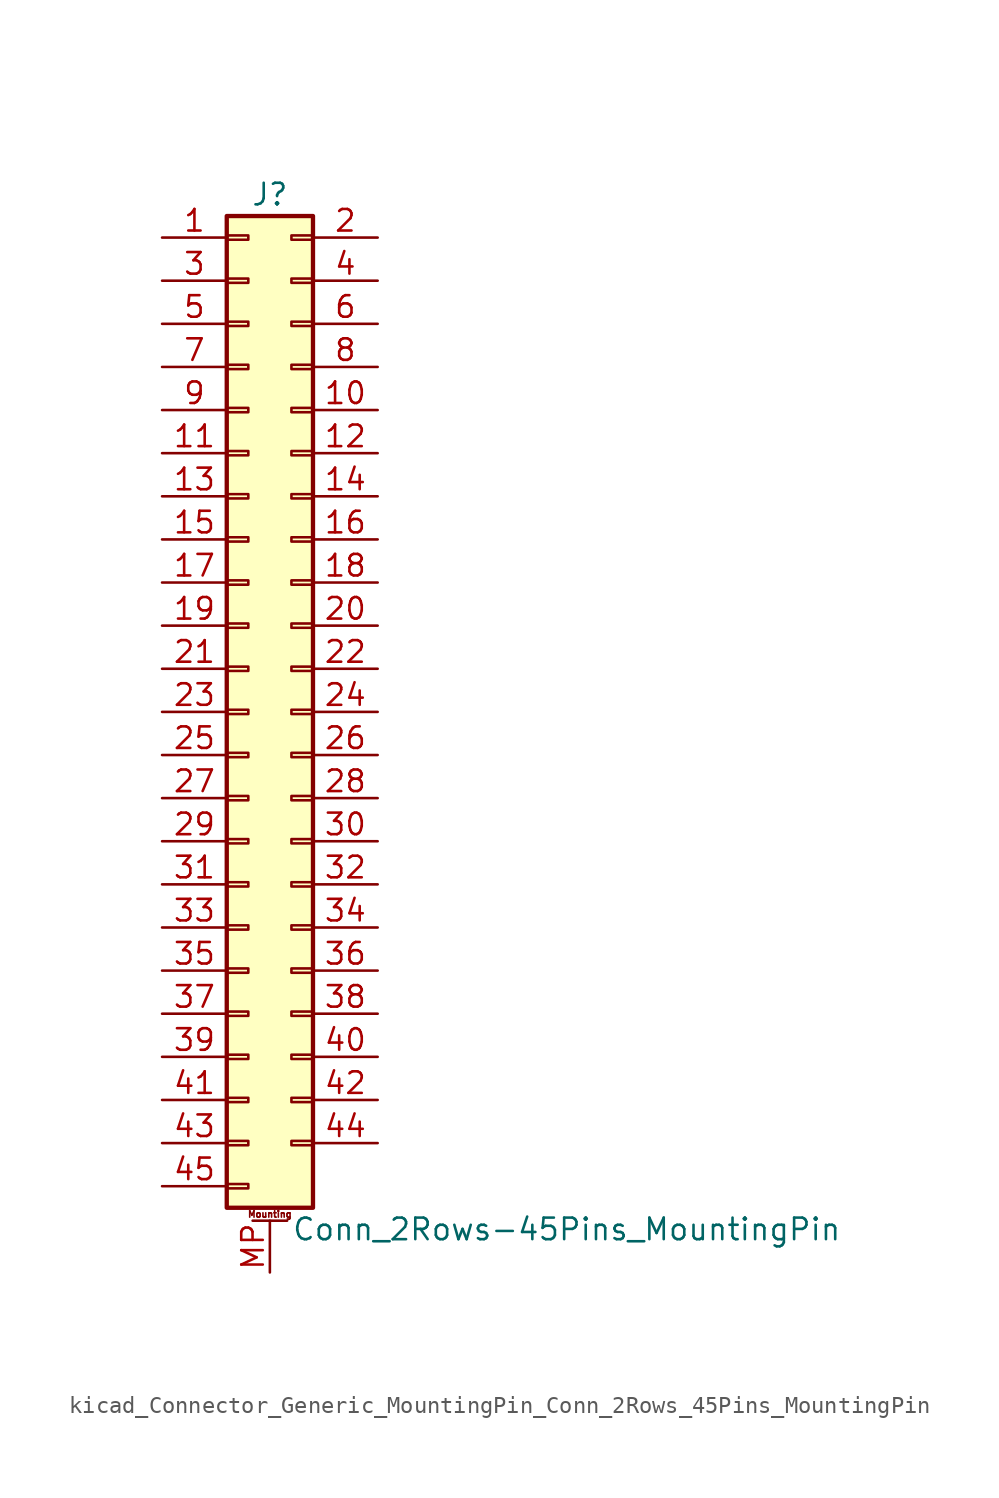
<source format=kicad_sym>
(kicad_symbol_lib
  (version 20220914)
  (generator kicad_symbol_editor)
  (symbol "kicad_Connector_Generic_MountingPin_Conn_2Rows_45Pins_MountingPin"
    (pin_names
      (offset 1.016) hide)
    (property "Reference" "J"
      (at 1.27 30.48 0)
      (effects (font (size 1.27 1.27))))
    (property "Value" "Conn_2Rows-45Pins_MountingPin"
      (at 2.54 -30.48 0)
      (effects (font (size 1.27 1.27)) (justify left)))
    (symbol "kicad_Connector_Generic_MountingPin_Conn_2Rows_45Pins_MountingPin_1_1"
      (rectangle (start -1.27 -27.813) (end 0 -28.067) (stroke (width 0.152) (type default)) (fill (type none)))
      (rectangle (start -1.27 -25.273) (end 0 -25.527) (stroke (width 0.152) (type default)) (fill (type none)))
      (rectangle (start -1.27 -22.733) (end 0 -22.987) (stroke (width 0.152) (type default)) (fill (type none)))
      (rectangle (start -1.27 -20.193) (end 0 -20.447) (stroke (width 0.152) (type default)) (fill (type none)))
      (rectangle (start -1.27 -17.653) (end 0 -17.907) (stroke (width 0.152) (type default)) (fill (type none)))
      (rectangle (start -1.27 -15.113) (end 0 -15.367) (stroke (width 0.152) (type default)) (fill (type none)))
      (rectangle (start -1.27 -12.573) (end 0 -12.827) (stroke (width 0.152) (type default)) (fill (type none)))
      (rectangle (start -1.27 -10.033) (end 0 -10.287) (stroke (width 0.152) (type default)) (fill (type none)))
      (rectangle (start -1.27 -7.493) (end 0 -7.747) (stroke (width 0.152) (type default)) (fill (type none)))
      (rectangle (start -1.27 -4.953) (end 0 -5.207) (stroke (width 0.152) (type default)) (fill (type none)))
      (rectangle (start -1.27 -2.413) (end 0 -2.667) (stroke (width 0.152) (type default)) (fill (type none)))
      (rectangle (start -1.27 0.127) (end 0 -0.127) (stroke (width 0.152) (type default)) (fill (type none)))
      (rectangle (start -1.27 2.667) (end 0 2.413) (stroke (width 0.152) (type default)) (fill (type none)))
      (rectangle (start -1.27 5.207) (end 0 4.953) (stroke (width 0.152) (type default)) (fill (type none)))
      (rectangle (start -1.27 7.747) (end 0 7.493) (stroke (width 0.152) (type default)) (fill (type none)))
      (rectangle (start -1.27 10.287) (end 0 10.033) (stroke (width 0.152) (type default)) (fill (type none)))
      (rectangle (start -1.27 12.827) (end 0 12.573) (stroke (width 0.152) (type default)) (fill (type none)))
      (rectangle (start -1.27 15.367) (end 0 15.113) (stroke (width 0.152) (type default)) (fill (type none)))
      (rectangle (start -1.27 17.907) (end 0 17.653) (stroke (width 0.152) (type default)) (fill (type none)))
      (rectangle (start -1.27 20.447) (end 0 20.193) (stroke (width 0.152) (type default)) (fill (type none)))
      (rectangle (start -1.27 22.987) (end 0 22.733) (stroke (width 0.152) (type default)) (fill (type none)))
      (rectangle (start -1.27 25.527) (end 0 25.273) (stroke (width 0.152) (type default)) (fill (type none)))
      (rectangle (start -1.27 28.067) (end 0 27.813) (stroke (width 0.152) (type default)) (fill (type none)))
      (rectangle (start -1.27 29.21) (end 3.81 -29.21) (stroke (width 0.254) (type default)) (fill (type background)))
      (polyline (pts (xy 0.254 -29.972) (xy 2.286 -29.972)) (stroke (width 0.152) (type default)) (fill (type none)))
      (rectangle (start 3.81 -25.273) (end 2.54 -25.527) (stroke (width 0.152) (type default)) (fill (type none)))
      (rectangle (start 3.81 -22.733) (end 2.54 -22.987) (stroke (width 0.152) (type default)) (fill (type none)))
      (rectangle (start 3.81 -20.193) (end 2.54 -20.447) (stroke (width 0.152) (type default)) (fill (type none)))
      (rectangle (start 3.81 -17.653) (end 2.54 -17.907) (stroke (width 0.152) (type default)) (fill (type none)))
      (rectangle (start 3.81 -15.113) (end 2.54 -15.367) (stroke (width 0.152) (type default)) (fill (type none)))
      (rectangle (start 3.81 -12.573) (end 2.54 -12.827) (stroke (width 0.152) (type default)) (fill (type none)))
      (rectangle (start 3.81 -10.033) (end 2.54 -10.287) (stroke (width 0.152) (type default)) (fill (type none)))
      (rectangle (start 3.81 -7.493) (end 2.54 -7.747) (stroke (width 0.152) (type default)) (fill (type none)))
      (rectangle (start 3.81 -4.953) (end 2.54 -5.207) (stroke (width 0.152) (type default)) (fill (type none)))
      (rectangle (start 3.81 -2.413) (end 2.54 -2.667) (stroke (width 0.152) (type default)) (fill (type none)))
      (rectangle (start 3.81 0.127) (end 2.54 -0.127) (stroke (width 0.152) (type default)) (fill (type none)))
      (rectangle (start 3.81 2.667) (end 2.54 2.413) (stroke (width 0.152) (type default)) (fill (type none)))
      (rectangle (start 3.81 5.207) (end 2.54 4.953) (stroke (width 0.152) (type default)) (fill (type none)))
      (rectangle (start 3.81 7.747) (end 2.54 7.493) (stroke (width 0.152) (type default)) (fill (type none)))
      (rectangle (start 3.81 10.287) (end 2.54 10.033) (stroke (width 0.152) (type default)) (fill (type none)))
      (rectangle (start 3.81 12.827) (end 2.54 12.573) (stroke (width 0.152) (type default)) (fill (type none)))
      (rectangle (start 3.81 15.367) (end 2.54 15.113) (stroke (width 0.152) (type default)) (fill (type none)))
      (rectangle (start 3.81 17.907) (end 2.54 17.653) (stroke (width 0.152) (type default)) (fill (type none)))
      (rectangle (start 3.81 20.447) (end 2.54 20.193) (stroke (width 0.152) (type default)) (fill (type none)))
      (rectangle (start 3.81 22.987) (end 2.54 22.733) (stroke (width 0.152) (type default)) (fill (type none)))
      (rectangle (start 3.81 25.527) (end 2.54 25.273) (stroke (width 0.152) (type default)) (fill (type none)))
      (rectangle (start 3.81 28.067) (end 2.54 27.813) (stroke (width 0.152) (type default)) (fill (type none)))
      (text "Mounting" (at 1.27 -29.591 0) (effects (font (size 0.381 0.381))))
      (pin passive line (at -5.08 27.94 0) (length 3.81) (name "Pin_1" (effects (font (size 1.27 1.27)))) (number "1" (effects (font (size 1.27 1.27)))))
      (pin passive line (at 7.62 17.78 180) (length 3.81) (name "Pin_10" (effects (font (size 1.27 1.27)))) (number "10" (effects (font (size 1.27 1.27)))))
      (pin passive line (at -5.08 15.24 0) (length 3.81) (name "Pin_11" (effects (font (size 1.27 1.27)))) (number "11" (effects (font (size 1.27 1.27)))))
      (pin passive line (at 7.62 15.24 180) (length 3.81) (name "Pin_12" (effects (font (size 1.27 1.27)))) (number "12" (effects (font (size 1.27 1.27)))))
      (pin passive line (at -5.08 12.7 0) (length 3.81) (name "Pin_13" (effects (font (size 1.27 1.27)))) (number "13" (effects (font (size 1.27 1.27)))))
      (pin passive line (at 7.62 12.7 180) (length 3.81) (name "Pin_14" (effects (font (size 1.27 1.27)))) (number "14" (effects (font (size 1.27 1.27)))))
      (pin passive line (at -5.08 10.16 0) (length 3.81) (name "Pin_15" (effects (font (size 1.27 1.27)))) (number "15" (effects (font (size 1.27 1.27)))))
      (pin passive line (at 7.62 10.16 180) (length 3.81) (name "Pin_16" (effects (font (size 1.27 1.27)))) (number "16" (effects (font (size 1.27 1.27)))))
      (pin passive line (at -5.08 7.62 0) (length 3.81) (name "Pin_17" (effects (font (size 1.27 1.27)))) (number "17" (effects (font (size 1.27 1.27)))))
      (pin passive line (at 7.62 7.62 180) (length 3.81) (name "Pin_18" (effects (font (size 1.27 1.27)))) (number "18" (effects (font (size 1.27 1.27)))))
      (pin passive line (at -5.08 5.08 0) (length 3.81) (name "Pin_19" (effects (font (size 1.27 1.27)))) (number "19" (effects (font (size 1.27 1.27)))))
      (pin passive line (at 7.62 27.94 180) (length 3.81) (name "Pin_2" (effects (font (size 1.27 1.27)))) (number "2" (effects (font (size 1.27 1.27)))))
      (pin passive line (at 7.62 5.08 180) (length 3.81) (name "Pin_20" (effects (font (size 1.27 1.27)))) (number "20" (effects (font (size 1.27 1.27)))))
      (pin passive line (at -5.08 2.54 0) (length 3.81) (name "Pin_21" (effects (font (size 1.27 1.27)))) (number "21" (effects (font (size 1.27 1.27)))))
      (pin passive line (at 7.62 2.54 180) (length 3.81) (name "Pin_22" (effects (font (size 1.27 1.27)))) (number "22" (effects (font (size 1.27 1.27)))))
      (pin passive line (at -5.08 0 0) (length 3.81) (name "Pin_23" (effects (font (size 1.27 1.27)))) (number "23" (effects (font (size 1.27 1.27)))))
      (pin passive line (at 7.62 0 180) (length 3.81) (name "Pin_24" (effects (font (size 1.27 1.27)))) (number "24" (effects (font (size 1.27 1.27)))))
      (pin passive line (at -5.08 -2.54 0) (length 3.81) (name "Pin_25" (effects (font (size 1.27 1.27)))) (number "25" (effects (font (size 1.27 1.27)))))
      (pin passive line (at 7.62 -2.54 180) (length 3.81) (name "Pin_26" (effects (font (size 1.27 1.27)))) (number "26" (effects (font (size 1.27 1.27)))))
      (pin passive line (at -5.08 -5.08 0) (length 3.81) (name "Pin_27" (effects (font (size 1.27 1.27)))) (number "27" (effects (font (size 1.27 1.27)))))
      (pin passive line (at 7.62 -5.08 180) (length 3.81) (name "Pin_28" (effects (font (size 1.27 1.27)))) (number "28" (effects (font (size 1.27 1.27)))))
      (pin passive line (at -5.08 -7.62 0) (length 3.81) (name "Pin_29" (effects (font (size 1.27 1.27)))) (number "29" (effects (font (size 1.27 1.27)))))
      (pin passive line (at -5.08 25.4 0) (length 3.81) (name "Pin_3" (effects (font (size 1.27 1.27)))) (number "3" (effects (font (size 1.27 1.27)))))
      (pin passive line (at 7.62 -7.62 180) (length 3.81) (name "Pin_30" (effects (font (size 1.27 1.27)))) (number "30" (effects (font (size 1.27 1.27)))))
      (pin passive line (at -5.08 -10.16 0) (length 3.81) (name "Pin_31" (effects (font (size 1.27 1.27)))) (number "31" (effects (font (size 1.27 1.27)))))
      (pin passive line (at 7.62 -10.16 180) (length 3.81) (name "Pin_32" (effects (font (size 1.27 1.27)))) (number "32" (effects (font (size 1.27 1.27)))))
      (pin passive line (at -5.08 -12.7 0) (length 3.81) (name "Pin_33" (effects (font (size 1.27 1.27)))) (number "33" (effects (font (size 1.27 1.27)))))
      (pin passive line (at 7.62 -12.7 180) (length 3.81) (name "Pin_34" (effects (font (size 1.27 1.27)))) (number "34" (effects (font (size 1.27 1.27)))))
      (pin passive line (at -5.08 -15.24 0) (length 3.81) (name "Pin_35" (effects (font (size 1.27 1.27)))) (number "35" (effects (font (size 1.27 1.27)))))
      (pin passive line (at 7.62 -15.24 180) (length 3.81) (name "Pin_36" (effects (font (size 1.27 1.27)))) (number "36" (effects (font (size 1.27 1.27)))))
      (pin passive line (at -5.08 -17.78 0) (length 3.81) (name "Pin_37" (effects (font (size 1.27 1.27)))) (number "37" (effects (font (size 1.27 1.27)))))
      (pin passive line (at 7.62 -17.78 180) (length 3.81) (name "Pin_38" (effects (font (size 1.27 1.27)))) (number "38" (effects (font (size 1.27 1.27)))))
      (pin passive line (at -5.08 -20.32 0) (length 3.81) (name "Pin_39" (effects (font (size 1.27 1.27)))) (number "39" (effects (font (size 1.27 1.27)))))
      (pin passive line (at 7.62 25.4 180) (length 3.81) (name "Pin_4" (effects (font (size 1.27 1.27)))) (number "4" (effects (font (size 1.27 1.27)))))
      (pin passive line (at 7.62 -20.32 180) (length 3.81) (name "Pin_40" (effects (font (size 1.27 1.27)))) (number "40" (effects (font (size 1.27 1.27)))))
      (pin passive line (at -5.08 -22.86 0) (length 3.81) (name "Pin_41" (effects (font (size 1.27 1.27)))) (number "41" (effects (font (size 1.27 1.27)))))
      (pin passive line (at 7.62 -22.86 180) (length 3.81) (name "Pin_42" (effects (font (size 1.27 1.27)))) (number "42" (effects (font (size 1.27 1.27)))))
      (pin passive line (at -5.08 -25.4 0) (length 3.81) (name "Pin_43" (effects (font (size 1.27 1.27)))) (number "43" (effects (font (size 1.27 1.27)))))
      (pin passive line (at 7.62 -25.4 180) (length 3.81) (name "Pin_44" (effects (font (size 1.27 1.27)))) (number "44" (effects (font (size 1.27 1.27)))))
      (pin passive line (at -5.08 -27.94 0) (length 3.81) (name "Pin_45" (effects (font (size 1.27 1.27)))) (number "45" (effects (font (size 1.27 1.27)))))
      (pin passive line (at -5.08 22.86 0) (length 3.81) (name "Pin_5" (effects (font (size 1.27 1.27)))) (number "5" (effects (font (size 1.27 1.27)))))
      (pin passive line (at 7.62 22.86 180) (length 3.81) (name "Pin_6" (effects (font (size 1.27 1.27)))) (number "6" (effects (font (size 1.27 1.27)))))
      (pin passive line (at -5.08 20.32 0) (length 3.81) (name "Pin_7" (effects (font (size 1.27 1.27)))) (number "7" (effects (font (size 1.27 1.27)))))
      (pin passive line (at 7.62 20.32 180) (length 3.81) (name "Pin_8" (effects (font (size 1.27 1.27)))) (number "8" (effects (font (size 1.27 1.27)))))
      (pin passive line (at -5.08 17.78 0) (length 3.81) (name "Pin_9" (effects (font (size 1.27 1.27)))) (number "9" (effects (font (size 1.27 1.27)))))
      (pin passive line (at 1.27 -33.02 90) (length 3.048) (name "MountPin" (effects (font (size 1.27 1.27)))) (number "MP" (effects (font (size 1.27 1.27))))))))
</source>
